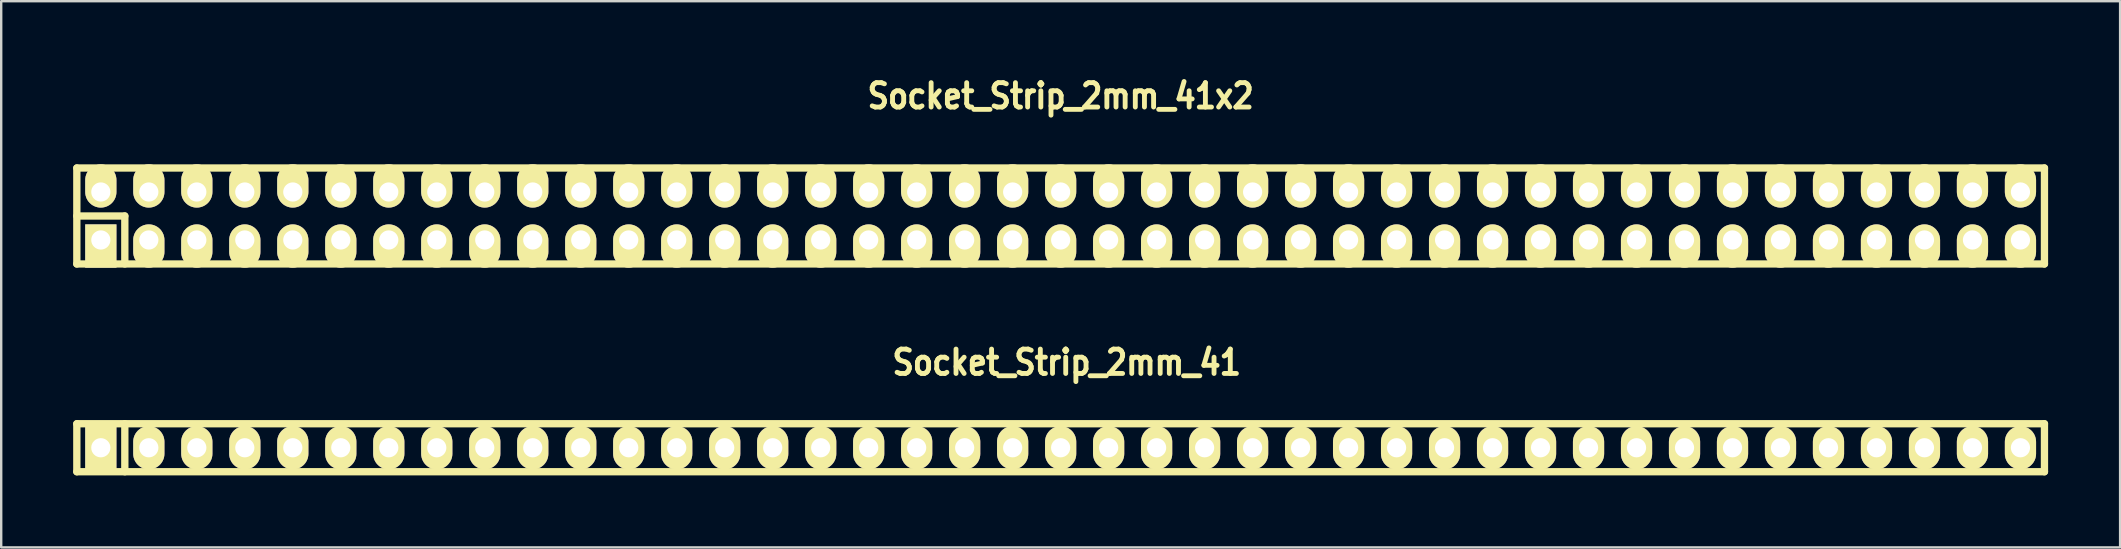
<source format=kicad_pcb>
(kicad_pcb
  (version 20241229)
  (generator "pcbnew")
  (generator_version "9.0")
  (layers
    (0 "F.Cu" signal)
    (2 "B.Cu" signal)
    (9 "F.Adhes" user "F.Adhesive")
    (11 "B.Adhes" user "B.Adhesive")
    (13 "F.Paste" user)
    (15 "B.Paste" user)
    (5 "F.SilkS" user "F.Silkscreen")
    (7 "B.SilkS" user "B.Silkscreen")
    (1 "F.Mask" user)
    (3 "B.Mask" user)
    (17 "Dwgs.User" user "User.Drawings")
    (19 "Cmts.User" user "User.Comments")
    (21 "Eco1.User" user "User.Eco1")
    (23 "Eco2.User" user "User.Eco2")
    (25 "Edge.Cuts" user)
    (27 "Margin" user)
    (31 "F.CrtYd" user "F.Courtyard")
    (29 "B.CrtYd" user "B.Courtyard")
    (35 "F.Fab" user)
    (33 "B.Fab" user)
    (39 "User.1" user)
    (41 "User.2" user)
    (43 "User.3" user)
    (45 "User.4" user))
  (footprint "Socket_Strip_2mm_41"
    (layer "F.Cu")
    (at 41.152 15.61)
    (property "Reference" "Socket_Strip_2mm_41" (at 0.254 -3.556 0) (layer "F.SilkS") (effects (font (size 1.016 0.889) (thickness 0.203))))
    (attr through_hole)
    (fp_line (start -41 -1) (end 41 -1) (stroke (width 0.305) (type solid)) (layer "F.SilkS"))
    (fp_line (start -41 1) (end -41 -1) (stroke (width 0.305) (type solid)) (layer "F.SilkS"))
    (fp_line (start -39 -1) (end -39 1) (stroke (width 0.305) (type solid)) (layer "F.SilkS"))
    (fp_line (start 41 -1) (end 41 1) (stroke (width 0.305) (type solid)) (layer "F.SilkS"))
    (fp_line (start 41 1) (end -41 1) (stroke (width 0.305) (type solid)) (layer "F.SilkS"))
    (pad "1" thru_hole rect (at -40 0) (size 1.3 1.8) (drill 0.8) (layers "*.Cu" "*.Mask" "F.SilkS"))
    (pad "2" thru_hole oval (at -38 0) (size 1.3 1.8) (drill 0.8) (layers "*.Cu" "*.Mask" "F.SilkS"))
    (pad "3" thru_hole oval (at -36 0) (size 1.3 1.8) (drill 0.8) (layers "*.Cu" "*.Mask" "F.SilkS"))
    (pad "4" thru_hole oval (at -34 0) (size 1.3 1.8) (drill 0.8) (layers "*.Cu" "*.Mask" "F.SilkS"))
    (pad "5" thru_hole oval (at -32 0) (size 1.3 1.8) (drill 0.8) (layers "*.Cu" "*.Mask" "F.SilkS"))
    (pad "6" thru_hole oval (at -30 0) (size 1.3 1.8) (drill 0.8) (layers "*.Cu" "*.Mask" "F.SilkS"))
    (pad "7" thru_hole oval (at -28 0) (size 1.3 1.8) (drill 0.8) (layers "*.Cu" "*.Mask" "F.SilkS"))
    (pad "8" thru_hole oval (at -26 0) (size 1.3 1.8) (drill 0.8) (layers "*.Cu" "*.Mask" "F.SilkS"))
    (pad "9" thru_hole oval (at -24 0) (size 1.3 1.8) (drill 0.8) (layers "*.Cu" "*.Mask" "F.SilkS"))
    (pad "10" thru_hole oval (at -22 0) (size 1.3 1.8) (drill 0.8) (layers "*.Cu" "*.Mask" "F.SilkS"))
    (pad "11" thru_hole oval (at -20 0) (size 1.3 1.8) (drill 0.8) (layers "*.Cu" "*.Mask" "F.SilkS"))
    (pad "12" thru_hole oval (at -18 0) (size 1.3 1.8) (drill 0.8) (layers "*.Cu" "*.Mask" "F.SilkS"))
    (pad "13" thru_hole oval (at -16 0) (size 1.3 1.8) (drill 0.8) (layers "*.Cu" "*.Mask" "F.SilkS"))
    (pad "14" thru_hole oval (at -14 0) (size 1.3 1.8) (drill 0.8) (layers "*.Cu" "*.Mask" "F.SilkS"))
    (pad "15" thru_hole oval (at -12 0) (size 1.3 1.8) (drill 0.8) (layers "*.Cu" "*.Mask" "F.SilkS"))
    (pad "16" thru_hole oval (at -10 0) (size 1.3 1.8) (drill 0.8) (layers "*.Cu" "*.Mask" "F.SilkS"))
    (pad "17" thru_hole oval (at -8 0) (size 1.3 1.8) (drill 0.8) (layers "*.Cu" "*.Mask" "F.SilkS"))
    (pad "18" thru_hole oval (at -6 0) (size 1.3 1.8) (drill 0.8) (layers "*.Cu" "*.Mask" "F.SilkS"))
    (pad "19" thru_hole oval (at -4 0) (size 1.3 1.8) (drill 0.8) (layers "*.Cu" "*.Mask" "F.SilkS"))
    (pad "20" thru_hole oval (at -2 0) (size 1.3 1.8) (drill 0.8) (layers "*.Cu" "*.Mask" "F.SilkS"))
    (pad "21" thru_hole oval (at 0 0) (size 1.3 1.8) (drill 0.8) (layers "*.Cu" "*.Mask" "F.SilkS"))
    (pad "22" thru_hole oval (at 2 0) (size 1.3 1.8) (drill 0.8) (layers "*.Cu" "*.Mask" "F.SilkS"))
    (pad "23" thru_hole oval (at 4 0) (size 1.3 1.8) (drill 0.8) (layers "*.Cu" "*.Mask" "F.SilkS"))
    (pad "24" thru_hole oval (at 6 0) (size 1.3 1.8) (drill 0.8) (layers "*.Cu" "*.Mask" "F.SilkS"))
    (pad "25" thru_hole oval (at 8 0) (size 1.3 1.8) (drill 0.8) (layers "*.Cu" "*.Mask" "F.SilkS"))
    (pad "26" thru_hole oval (at 10 0) (size 1.3 1.8) (drill 0.8) (layers "*.Cu" "*.Mask" "F.SilkS"))
    (pad "27" thru_hole oval (at 12 0) (size 1.3 1.8) (drill 0.8) (layers "*.Cu" "*.Mask" "F.SilkS"))
    (pad "28" thru_hole oval (at 14 0) (size 1.3 1.8) (drill 0.8) (layers "*.Cu" "*.Mask" "F.SilkS"))
    (pad "29" thru_hole oval (at 16 0) (size 1.3 1.8) (drill 0.8) (layers "*.Cu" "*.Mask" "F.SilkS"))
    (pad "30" thru_hole oval (at 18 0) (size 1.3 1.8) (drill 0.8) (layers "*.Cu" "*.Mask" "F.SilkS"))
    (pad "31" thru_hole oval (at 20 0) (size 1.3 1.8) (drill 0.8) (layers "*.Cu" "*.Mask" "F.SilkS"))
    (pad "32" thru_hole oval (at 22 0) (size 1.3 1.8) (drill 0.8) (layers "*.Cu" "*.Mask" "F.SilkS"))
    (pad "33" thru_hole oval (at 24 0) (size 1.3 1.8) (drill 0.8) (layers "*.Cu" "*.Mask" "F.SilkS"))
    (pad "34" thru_hole oval (at 26 0) (size 1.3 1.8) (drill 0.8) (layers "*.Cu" "*.Mask" "F.SilkS"))
    (pad "35" thru_hole oval (at 28 0) (size 1.3 1.8) (drill 0.8) (layers "*.Cu" "*.Mask" "F.SilkS"))
    (pad "36" thru_hole oval (at 30 0) (size 1.3 1.8) (drill 0.8) (layers "*.Cu" "*.Mask" "F.SilkS"))
    (pad "37" thru_hole oval (at 32 0) (size 1.3 1.8) (drill 0.8) (layers "*.Cu" "*.Mask" "F.SilkS"))
    (pad "38" thru_hole oval (at 34 0) (size 1.3 1.8) (drill 0.8) (layers "*.Cu" "*.Mask" "F.SilkS"))
    (pad "39" thru_hole oval (at 36 0) (size 1.3 1.8) (drill 0.8) (layers "*.Cu" "*.Mask" "F.SilkS"))
    (pad "40" thru_hole oval (at 38 0) (size 1.3 1.8) (drill 0.8) (layers "*.Cu" "*.Mask" "F.SilkS"))
    (pad "41" thru_hole oval (at 40 0) (size 1.3 1.8) (drill 0.8) (layers "*.Cu" "*.Mask" "F.SilkS")))
  (footprint "Socket_Strip_2mm_41x2"
    (layer "F.Cu")
    (at 41.152 5.951)
    (property "Reference" "Socket_Strip_2mm_41x2" (at 0 -5 0) (layer "F.SilkS") (effects (font (size 1.016 0.889) (thickness 0.203))))
    (attr through_hole)
    (fp_line (start -41 -2) (end 41 -2) (stroke (width 0.305) (type solid)) (layer "F.SilkS"))
    (fp_line (start -41 0) (end -39 0) (stroke (width 0.305) (type solid)) (layer "F.SilkS"))
    (fp_line (start -41 2) (end -41 -2) (stroke (width 0.305) (type solid)) (layer "F.SilkS"))
    (fp_line (start -39 0) (end -39 2) (stroke (width 0.305) (type solid)) (layer "F.SilkS"))
    (fp_line (start 41 -2) (end 41 2) (stroke (width 0.305) (type solid)) (layer "F.SilkS"))
    (fp_line (start 41 2) (end -41 2) (stroke (width 0.305) (type solid)) (layer "F.SilkS"))
    (pad "1" thru_hole rect (at -40 1) (size 1.3 1.8) (drill 0.8 (offset 0 0.25)) (layers "*.Cu" "*.Mask" "F.SilkS"))
    (pad "2" thru_hole oval (at -40 -1) (size 1.3 1.8) (drill 0.8 (offset 0 -0.25)) (layers "*.Cu" "*.Mask" "F.SilkS"))
    (pad "3" thru_hole oval (at -38 1) (size 1.3 1.8) (drill 0.8 (offset 0 0.25)) (layers "*.Cu" "*.Mask" "F.SilkS"))
    (pad "4" thru_hole oval (at -38 -1) (size 1.3 1.8) (drill 0.8 (offset 0 -0.25)) (layers "*.Cu" "*.Mask" "F.SilkS"))
    (pad "5" thru_hole oval (at -36 1) (size 1.3 1.8) (drill 0.8 (offset 0 0.25)) (layers "*.Cu" "*.Mask" "F.SilkS"))
    (pad "6" thru_hole oval (at -36 -1) (size 1.3 1.8) (drill 0.8 (offset 0 -0.25)) (layers "*.Cu" "*.Mask" "F.SilkS"))
    (pad "7" thru_hole oval (at -34 1) (size 1.3 1.8) (drill 0.8 (offset 0 0.25)) (layers "*.Cu" "*.Mask" "F.SilkS"))
    (pad "8" thru_hole oval (at -34 -1) (size 1.3 1.8) (drill 0.8 (offset 0 -0.25)) (layers "*.Cu" "*.Mask" "F.SilkS"))
    (pad "9" thru_hole oval (at -32 1) (size 1.3 1.8) (drill 0.8 (offset 0 0.25)) (layers "*.Cu" "*.Mask" "F.SilkS"))
    (pad "10" thru_hole oval (at -32 -1) (size 1.3 1.8) (drill 0.8 (offset 0 -0.25)) (layers "*.Cu" "*.Mask" "F.SilkS"))
    (pad "11" thru_hole oval (at -30 1) (size 1.3 1.8) (drill 0.8 (offset 0 0.25)) (layers "*.Cu" "*.Mask" "F.SilkS"))
    (pad "12" thru_hole oval (at -30 -1) (size 1.3 1.8) (drill 0.8 (offset 0 -0.25)) (layers "*.Cu" "*.Mask" "F.SilkS"))
    (pad "13" thru_hole oval (at -28 1) (size 1.3 1.8) (drill 0.8 (offset 0 0.25)) (layers "*.Cu" "*.Mask" "F.SilkS"))
    (pad "14" thru_hole oval (at -28 -1) (size 1.3 1.8) (drill 0.8 (offset 0 -0.25)) (layers "*.Cu" "*.Mask" "F.SilkS"))
    (pad "15" thru_hole oval (at -26 1) (size 1.3 1.8) (drill 0.8 (offset 0 0.25)) (layers "*.Cu" "*.Mask" "F.SilkS"))
    (pad "16" thru_hole oval (at -26 -1) (size 1.3 1.8) (drill 0.8 (offset 0 -0.25)) (layers "*.Cu" "*.Mask" "F.SilkS"))
    (pad "17" thru_hole oval (at -24 1) (size 1.3 1.8) (drill 0.8 (offset 0 0.25)) (layers "*.Cu" "*.Mask" "F.SilkS"))
    (pad "18" thru_hole oval (at -24 -1) (size 1.3 1.8) (drill 0.8 (offset 0 -0.25)) (layers "*.Cu" "*.Mask" "F.SilkS"))
    (pad "19" thru_hole oval (at -22 1) (size 1.3 1.8) (drill 0.8 (offset 0 0.25)) (layers "*.Cu" "*.Mask" "F.SilkS"))
    (pad "20" thru_hole oval (at -22 -1) (size 1.3 1.8) (drill 0.8 (offset 0 -0.25)) (layers "*.Cu" "*.Mask" "F.SilkS"))
    (pad "21" thru_hole oval (at -20 1) (size 1.3 1.8) (drill 0.8 (offset 0 0.25)) (layers "*.Cu" "*.Mask" "F.SilkS"))
    (pad "22" thru_hole oval (at -20 -1) (size 1.3 1.8) (drill 0.8 (offset 0 -0.25)) (layers "*.Cu" "*.Mask" "F.SilkS"))
    (pad "23" thru_hole oval (at -18 1) (size 1.3 1.8) (drill 0.8 (offset 0 0.25)) (layers "*.Cu" "*.Mask" "F.SilkS"))
    (pad "24" thru_hole oval (at -18 -1) (size 1.3 1.8) (drill 0.8 (offset 0 -0.25)) (layers "*.Cu" "*.Mask" "F.SilkS"))
    (pad "25" thru_hole oval (at -16 1) (size 1.3 1.8) (drill 0.8 (offset 0 0.25)) (layers "*.Cu" "*.Mask" "F.SilkS"))
    (pad "26" thru_hole oval (at -16 -1) (size 1.3 1.8) (drill 0.8 (offset 0 -0.25)) (layers "*.Cu" "*.Mask" "F.SilkS"))
    (pad "27" thru_hole oval (at -14 1) (size 1.3 1.8) (drill 0.8 (offset 0 0.25)) (layers "*.Cu" "*.Mask" "F.SilkS"))
    (pad "28" thru_hole oval (at -14 -1) (size 1.3 1.8) (drill 0.8 (offset 0 -0.25)) (layers "*.Cu" "*.Mask" "F.SilkS"))
    (pad "29" thru_hole oval (at -12 1) (size 1.3 1.8) (drill 0.8 (offset 0 0.25)) (layers "*.Cu" "*.Mask" "F.SilkS"))
    (pad "30" thru_hole oval (at -12 -1) (size 1.3 1.8) (drill 0.8 (offset 0 -0.25)) (layers "*.Cu" "*.Mask" "F.SilkS"))
    (pad "31" thru_hole oval (at -10 1) (size 1.3 1.8) (drill 0.8 (offset 0 0.25)) (layers "*.Cu" "*.Mask" "F.SilkS"))
    (pad "32" thru_hole oval (at -10 -1) (size 1.3 1.8) (drill 0.8 (offset 0 -0.25)) (layers "*.Cu" "*.Mask" "F.SilkS"))
    (pad "33" thru_hole oval (at -8 1) (size 1.3 1.8) (drill 0.8 (offset 0 0.25)) (layers "*.Cu" "*.Mask" "F.SilkS"))
    (pad "34" thru_hole oval (at -8 -1) (size 1.3 1.8) (drill 0.8 (offset 0 -0.25)) (layers "*.Cu" "*.Mask" "F.SilkS"))
    (pad "35" thru_hole oval (at -6 1) (size 1.3 1.8) (drill 0.8 (offset 0 0.25)) (layers "*.Cu" "*.Mask" "F.SilkS"))
    (pad "36" thru_hole oval (at -6 -1) (size 1.3 1.8) (drill 0.8 (offset 0 -0.25)) (layers "*.Cu" "*.Mask" "F.SilkS"))
    (pad "37" thru_hole oval (at -4 1) (size 1.3 1.8) (drill 0.8 (offset 0 0.25)) (layers "*.Cu" "*.Mask" "F.SilkS"))
    (pad "38" thru_hole oval (at -4 -1) (size 1.3 1.8) (drill 0.8 (offset 0 -0.25)) (layers "*.Cu" "*.Mask" "F.SilkS"))
    (pad "39" thru_hole oval (at -2 1) (size 1.3 1.8) (drill 0.8 (offset 0 0.25)) (layers "*.Cu" "*.Mask" "F.SilkS"))
    (pad "40" thru_hole oval (at -2 -1) (size 1.3 1.8) (drill 0.8 (offset 0 -0.25)) (layers "*.Cu" "*.Mask" "F.SilkS"))
    (pad "41" thru_hole oval (at 0 1) (size 1.3 1.8) (drill 0.8 (offset 0 0.25)) (layers "*.Cu" "*.Mask" "F.SilkS"))
    (pad "42" thru_hole oval (at 0 -1) (size 1.3 1.8) (drill 0.8 (offset 0 -0.25)) (layers "*.Cu" "*.Mask" "F.SilkS"))
    (pad "43" thru_hole oval (at 2 1) (size 1.3 1.8) (drill 0.8 (offset 0 0.25)) (layers "*.Cu" "*.Mask" "F.SilkS"))
    (pad "44" thru_hole oval (at 2 -1) (size 1.3 1.8) (drill 0.8 (offset 0 -0.25)) (layers "*.Cu" "*.Mask" "F.SilkS"))
    (pad "45" thru_hole oval (at 4 1) (size 1.3 1.8) (drill 0.8 (offset 0 0.25)) (layers "*.Cu" "*.Mask" "F.SilkS"))
    (pad "46" thru_hole oval (at 4 -1) (size 1.3 1.8) (drill 0.8 (offset 0 -0.25)) (layers "*.Cu" "*.Mask" "F.SilkS"))
    (pad "47" thru_hole oval (at 6 1) (size 1.3 1.8) (drill 0.8 (offset 0 0.25)) (layers "*.Cu" "*.Mask" "F.SilkS"))
    (pad "48" thru_hole oval (at 6 -1) (size 1.3 1.8) (drill 0.8 (offset 0 -0.25)) (layers "*.Cu" "*.Mask" "F.SilkS"))
    (pad "49" thru_hole oval (at 8 1) (size 1.3 1.8) (drill 0.8 (offset 0 0.25)) (layers "*.Cu" "*.Mask" "F.SilkS"))
    (pad "50" thru_hole oval (at 8 -1) (size 1.3 1.8) (drill 0.8 (offset 0 -0.25)) (layers "*.Cu" "*.Mask" "F.SilkS"))
    (pad "51" thru_hole oval (at 10 1) (size 1.3 1.8) (drill 0.8 (offset 0 0.25)) (layers "*.Cu" "*.Mask" "F.SilkS"))
    (pad "52" thru_hole oval (at 10 -1) (size 1.3 1.8) (drill 0.8 (offset 0 -0.25)) (layers "*.Cu" "*.Mask" "F.SilkS"))
    (pad "53" thru_hole oval (at 12 1) (size 1.3 1.8) (drill 0.8 (offset 0 0.25)) (layers "*.Cu" "*.Mask" "F.SilkS"))
    (pad "54" thru_hole oval (at 12 -1) (size 1.3 1.8) (drill 0.8 (offset 0 -0.25)) (layers "*.Cu" "*.Mask" "F.SilkS"))
    (pad "55" thru_hole oval (at 14 1) (size 1.3 1.8) (drill 0.8 (offset 0 0.25)) (layers "*.Cu" "*.Mask" "F.SilkS"))
    (pad "56" thru_hole oval (at 14 -1) (size 1.3 1.8) (drill 0.8 (offset 0 -0.25)) (layers "*.Cu" "*.Mask" "F.SilkS"))
    (pad "57" thru_hole oval (at 16 1) (size 1.3 1.8) (drill 0.8 (offset 0 0.25)) (layers "*.Cu" "*.Mask" "F.SilkS"))
    (pad "58" thru_hole oval (at 16 -1) (size 1.3 1.8) (drill 0.8 (offset 0 -0.25)) (layers "*.Cu" "*.Mask" "F.SilkS"))
    (pad "59" thru_hole oval (at 18 1) (size 1.3 1.8) (drill 0.8 (offset 0 0.25)) (layers "*.Cu" "*.Mask" "F.SilkS"))
    (pad "60" thru_hole oval (at 18 -1) (size 1.3 1.8) (drill 0.8 (offset 0 -0.25)) (layers "*.Cu" "*.Mask" "F.SilkS"))
    (pad "61" thru_hole oval (at 20 1) (size 1.3 1.8) (drill 0.8 (offset 0 0.25)) (layers "*.Cu" "*.Mask" "F.SilkS"))
    (pad "62" thru_hole oval (at 20 -1) (size 1.3 1.8) (drill 0.8 (offset 0 -0.25)) (layers "*.Cu" "*.Mask" "F.SilkS"))
    (pad "63" thru_hole oval (at 22 1) (size 1.3 1.8) (drill 0.8 (offset 0 0.25)) (layers "*.Cu" "*.Mask" "F.SilkS"))
    (pad "64" thru_hole oval (at 22 -1) (size 1.3 1.8) (drill 0.8 (offset 0 -0.25)) (layers "*.Cu" "*.Mask" "F.SilkS"))
    (pad "65" thru_hole oval (at 24 1) (size 1.3 1.8) (drill 0.8 (offset 0 0.25)) (layers "*.Cu" "*.Mask" "F.SilkS"))
    (pad "66" thru_hole oval (at 24 -1) (size 1.3 1.8) (drill 0.8 (offset 0 -0.25)) (layers "*.Cu" "*.Mask" "F.SilkS"))
    (pad "67" thru_hole oval (at 26 1) (size 1.3 1.8) (drill 0.8 (offset 0 0.25)) (layers "*.Cu" "*.Mask" "F.SilkS"))
    (pad "68" thru_hole oval (at 26 -1) (size 1.3 1.8) (drill 0.8 (offset 0 -0.25)) (layers "*.Cu" "*.Mask" "F.SilkS"))
    (pad "69" thru_hole oval (at 28 1) (size 1.3 1.8) (drill 0.8 (offset 0 0.25)) (layers "*.Cu" "*.Mask" "F.SilkS"))
    (pad "70" thru_hole oval (at 28 -1) (size 1.3 1.8) (drill 0.8 (offset 0 -0.25)) (layers "*.Cu" "*.Mask" "F.SilkS"))
    (pad "71" thru_hole oval (at 30 1) (size 1.3 1.8) (drill 0.8 (offset 0 0.25)) (layers "*.Cu" "*.Mask" "F.SilkS"))
    (pad "72" thru_hole oval (at 30 -1) (size 1.3 1.8) (drill 0.8 (offset 0 -0.25)) (layers "*.Cu" "*.Mask" "F.SilkS"))
    (pad "73" thru_hole oval (at 32 1) (size 1.3 1.8) (drill 0.8 (offset 0 0.25)) (layers "*.Cu" "*.Mask" "F.SilkS"))
    (pad "74" thru_hole oval (at 32 -1) (size 1.3 1.8) (drill 0.8 (offset 0 -0.25)) (layers "*.Cu" "*.Mask" "F.SilkS"))
    (pad "75" thru_hole oval (at 34 1) (size 1.3 1.8) (drill 0.8 (offset 0 0.25)) (layers "*.Cu" "*.Mask" "F.SilkS"))
    (pad "76" thru_hole oval (at 34 -1) (size 1.3 1.8) (drill 0.8 (offset 0 -0.25)) (layers "*.Cu" "*.Mask" "F.SilkS"))
    (pad "77" thru_hole oval (at 36 1) (size 1.3 1.8) (drill 0.8 (offset 0 0.25)) (layers "*.Cu" "*.Mask" "F.SilkS"))
    (pad "78" thru_hole oval (at 36 -1) (size 1.3 1.8) (drill 0.8 (offset 0 -0.25)) (layers "*.Cu" "*.Mask" "F.SilkS"))
    (pad "79" thru_hole oval (at 38 1) (size 1.3 1.8) (drill 0.8 (offset 0 0.25)) (layers "*.Cu" "*.Mask" "F.SilkS"))
    (pad "80" thru_hole oval (at 38 -1) (size 1.3 1.8) (drill 0.8 (offset 0 -0.25)) (layers "*.Cu" "*.Mask" "F.SilkS"))
    (pad "81" thru_hole oval (at 40 1) (size 1.3 1.8) (drill 0.8 (offset 0 0.25)) (layers "*.Cu" "*.Mask" "F.SilkS"))
    (pad "82" thru_hole oval (at 40 -1) (size 1.3 1.8) (drill 0.8 (offset 0 -0.25)) (layers "*.Cu" "*.Mask" "F.SilkS")))
  (gr_rect
    (start -3 -3)
    (end 85.305 19.763)
    (stroke (width 0.1) (type default))
    (fill no)
    (layer "Edge.Cuts")))
</source>
